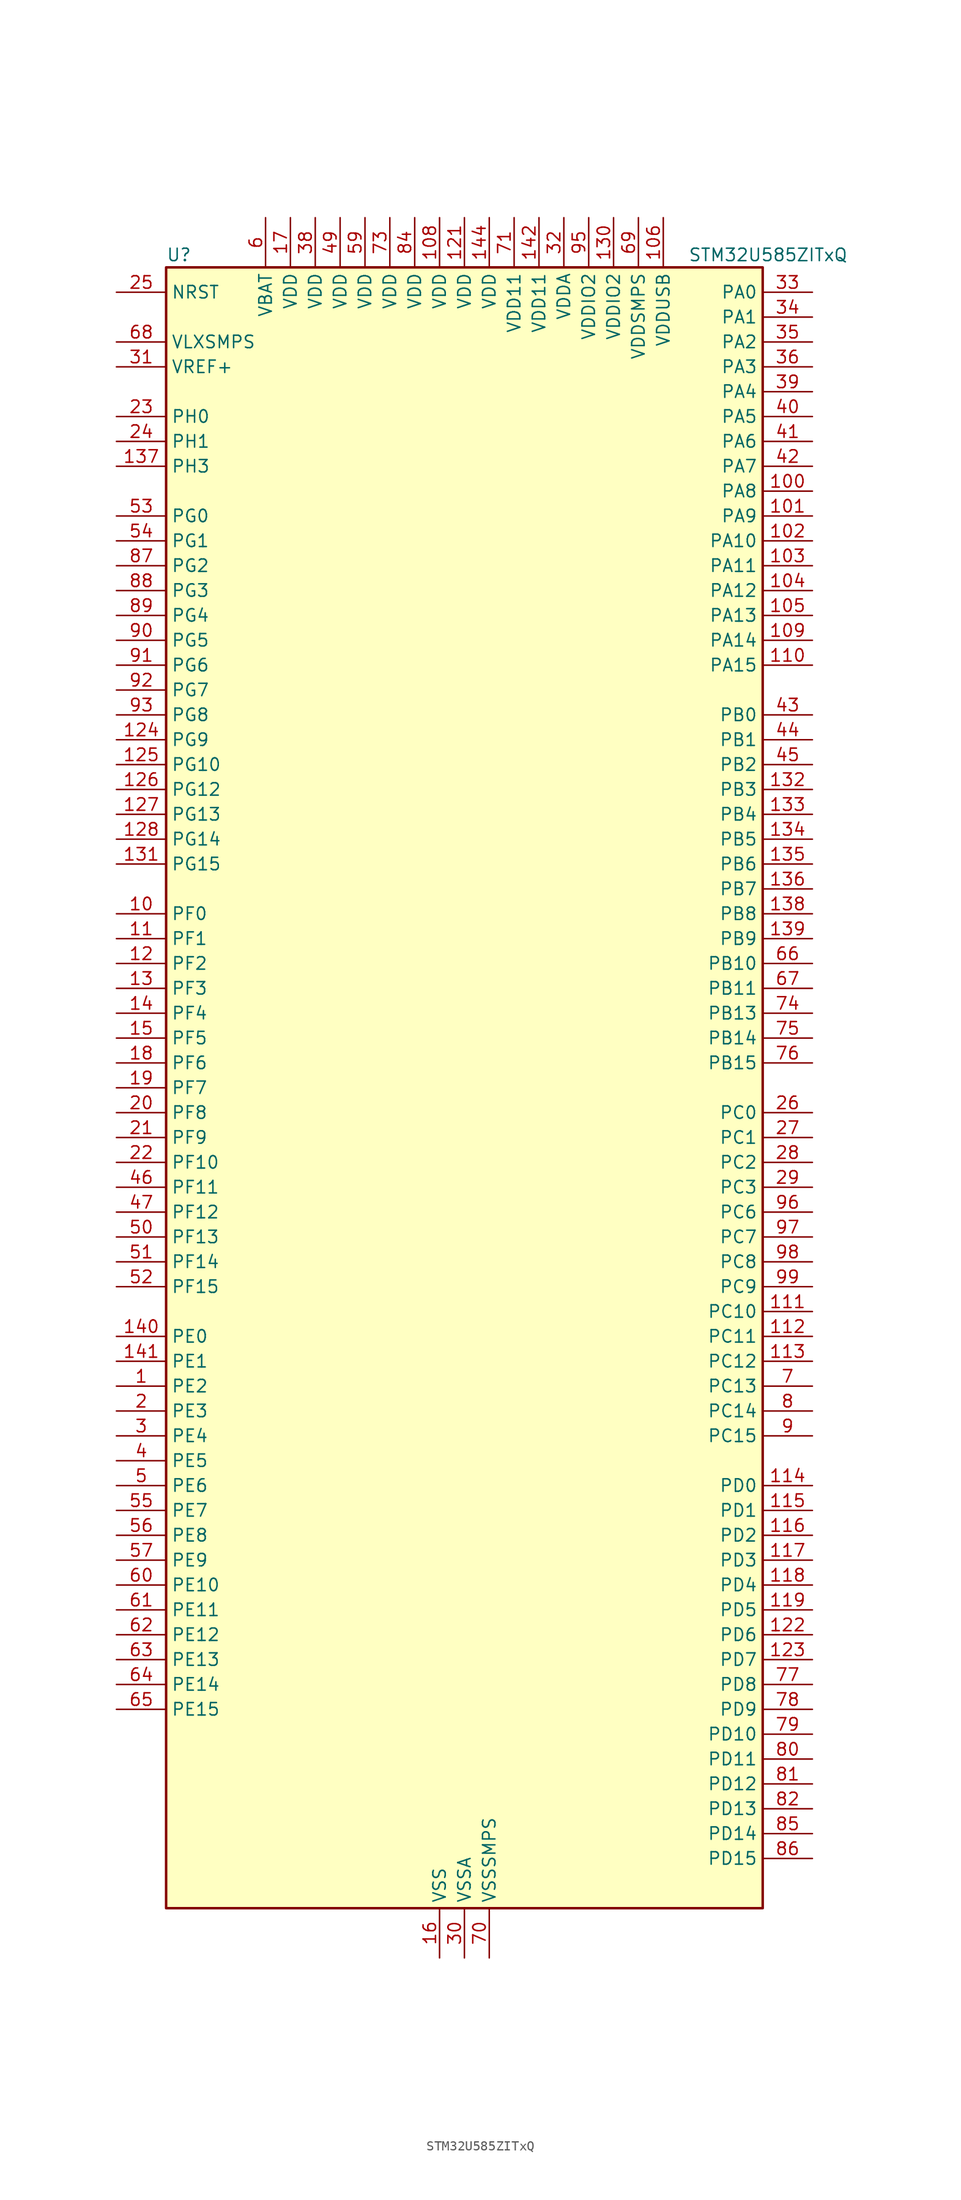
<source format=kicad_sym>
(kicad_symbol_lib
  (version 20220914)
  (generator kicad_symbol_editor)
  (symbol "STM32U585ZITxQ"
    (property "Reference" "U"
      (at -30.48 85.09 0)
      (effects (font (size 1.27 1.27)) (justify left)))
    (property "Value" "STM32U585ZITxQ"
      (at 22.86 85.09 0)
      (effects (font (size 1.27 1.27)) (justify left)))
    (property "ki_locked" ""
      (at 0 0 0)
      (effects (font (size 1.27 1.27))))
    (symbol "STM32U585ZITxQ_0_1"
      (rectangle (start -30.48 -83.82) (end 30.48 83.82) (stroke (width 0.254) (type default)) (fill (type background))))
    (symbol "STM32U585ZITxQ_1_1"
      (pin bidirectional line (at -35.56 -30.48 0) (length 5.08) (name "PE2" (effects (font (size 1.27 1.27)))) (number "1" (effects (font (size 1.27 1.27)))) (alternate "DEBUG_TRACECLK" bidirectional line) (alternate "FMC_A23" bidirectional line) (alternate "SAI1_CK1" bidirectional line) (alternate "SAI1_MCLK_A" bidirectional line) (alternate "TIM3_ETR" bidirectional line) (alternate "TSC_G7_IO1" bidirectional line))
      (pin bidirectional line (at -35.56 17.78 0) (length 5.08) (name "PF0" (effects (font (size 1.27 1.27)))) (number "10" (effects (font (size 1.27 1.27)))) (alternate "FMC_A0" bidirectional line) (alternate "I2C2_SDA" bidirectional line) (alternate "OCTOSPIM_P2_IO0" bidirectional line))
      (pin bidirectional line (at 35.56 60.96 180) (length 5.08) (name "PA8" (effects (font (size 1.27 1.27)))) (number "100" (effects (font (size 1.27 1.27)))) (alternate "DEBUG_TRACECLK" bidirectional line) (alternate "LPTIM2_CH1" bidirectional line) (alternate "RCC_MCO" bidirectional line) (alternate "SAI1_CK2" bidirectional line) (alternate "SAI1_SCK_A" bidirectional line) (alternate "SPI1_RDY" bidirectional line) (alternate "TIM1_CH1" bidirectional line) (alternate "USART1_CK" bidirectional line) (alternate "USB_OTG_FS_SOF" bidirectional line))
      (pin bidirectional line (at 35.56 58.42 180) (length 5.08) (name "PA9" (effects (font (size 1.27 1.27)))) (number "101" (effects (font (size 1.27 1.27)))) (alternate "DAC1_EXTI9" bidirectional line) (alternate "DCMI_D0" bidirectional line) (alternate "PSSI_D0" bidirectional line) (alternate "SAI1_FS_A" bidirectional line) (alternate "SPI2_SCK" bidirectional line) (alternate "TIM15_BKIN" bidirectional line) (alternate "TIM1_CH2" bidirectional line) (alternate "USART1_TX" bidirectional line) (alternate "USB_OTG_FS_VBUS" bidirectional line))
      (pin bidirectional line (at 35.56 55.88 180) (length 5.08) (name "PA10" (effects (font (size 1.27 1.27)))) (number "102" (effects (font (size 1.27 1.27)))) (alternate "CRS_SYNC" bidirectional line) (alternate "DCMI_D1" bidirectional line) (alternate "LPTIM2_IN2" bidirectional line) (alternate "PSSI_D1" bidirectional line) (alternate "SAI1_D1" bidirectional line) (alternate "SAI1_SD_A" bidirectional line) (alternate "TIM17_BKIN" bidirectional line) (alternate "TIM1_CH3" bidirectional line) (alternate "USART1_RX" bidirectional line) (alternate "USB_OTG_FS_ID" bidirectional line))
      (pin bidirectional line (at 35.56 53.34 180) (length 5.08) (name "PA11" (effects (font (size 1.27 1.27)))) (number "103" (effects (font (size 1.27 1.27)))) (alternate "ADC1_EXTI11" bidirectional line) (alternate "FDCAN1_RX" bidirectional line) (alternate "SPI1_MISO" bidirectional line) (alternate "TIM1_BKIN2" bidirectional line) (alternate "TIM1_CH4" bidirectional line) (alternate "USART1_CTS" bidirectional line) (alternate "USB_OTG_FS_DM" bidirectional line))
      (pin bidirectional line (at 35.56 50.8 180) (length 5.08) (name "PA12" (effects (font (size 1.27 1.27)))) (number "104" (effects (font (size 1.27 1.27)))) (alternate "FDCAN1_TX" bidirectional line) (alternate "OCTOSPIM_P2_NCS" bidirectional line) (alternate "SPI1_MOSI" bidirectional line) (alternate "TIM1_ETR" bidirectional line) (alternate "USART1_DE" bidirectional line) (alternate "USART1_RTS" bidirectional line) (alternate "USB_OTG_FS_DP" bidirectional line))
      (pin bidirectional line (at 35.56 48.26 180) (length 5.08) (name "PA13" (effects (font (size 1.27 1.27)))) (number "105" (effects (font (size 1.27 1.27)))) (alternate "DEBUG_JTMS-SWDIO" bidirectional line) (alternate "IR_OUT" bidirectional line) (alternate "SAI1_SD_B" bidirectional line) (alternate "USB_OTG_FS_NOE" bidirectional line))
      (pin power_in line (at 20.32 88.9 270) (length 5.08) (name "VDDUSB" (effects (font (size 1.27 1.27)))) (number "106" (effects (font (size 1.27 1.27)))))
      (pin passive line (at -2.54 -88.9 90) (length 5.08) hide (name "VSS" (effects (font (size 1.27 1.27)))) (number "107" (effects (font (size 1.27 1.27)))))
      (pin power_in line (at -2.54 88.9 270) (length 5.08) (name "VDD" (effects (font (size 1.27 1.27)))) (number "108" (effects (font (size 1.27 1.27)))))
      (pin bidirectional line (at 35.56 45.72 180) (length 5.08) (name "PA14" (effects (font (size 1.27 1.27)))) (number "109" (effects (font (size 1.27 1.27)))) (alternate "DEBUG_JTCK-SWCLK" bidirectional line) (alternate "I2C1_SMBA" bidirectional line) (alternate "I2C4_SMBA" bidirectional line) (alternate "LPTIM1_CH1" bidirectional line) (alternate "SAI1_FS_B" bidirectional line) (alternate "USB_OTG_FS_SOF" bidirectional line))
      (pin bidirectional line (at -35.56 15.24 0) (length 5.08) (name "PF1" (effects (font (size 1.27 1.27)))) (number "11" (effects (font (size 1.27 1.27)))) (alternate "FMC_A1" bidirectional line) (alternate "I2C2_SCL" bidirectional line) (alternate "OCTOSPIM_P2_IO1" bidirectional line))
      (pin bidirectional line (at 35.56 43.18 180) (length 5.08) (name "PA15" (effects (font (size 1.27 1.27)))) (number "110" (effects (font (size 1.27 1.27)))) (alternate "ADC1_EXTI15" bidirectional line) (alternate "ADC4_EXTI15" bidirectional line) (alternate "DEBUG_JTDI" bidirectional line) (alternate "SAI2_FS_B" bidirectional line) (alternate "SPI1_NSS" bidirectional line) (alternate "SPI3_NSS" bidirectional line) (alternate "TIM2_CH1" bidirectional line) (alternate "TIM2_ETR" bidirectional line) (alternate "UART4_DE" bidirectional line) (alternate "UART4_RTS" bidirectional line) (alternate "UCPD1_CC1" bidirectional line) (alternate "USART2_RX" bidirectional line) (alternate "USART3_DE" bidirectional line) (alternate "USART3_RTS" bidirectional line))
      (pin bidirectional line (at 35.56 -22.86 180) (length 5.08) (name "PC10" (effects (font (size 1.27 1.27)))) (number "111" (effects (font (size 1.27 1.27)))) (alternate "ADF1_CCK1" bidirectional line) (alternate "DCMI_D8" bidirectional line) (alternate "DEBUG_TRACED1" bidirectional line) (alternate "LPTIM3_ETR" bidirectional line) (alternate "PSSI_D8" bidirectional line) (alternate "SAI2_SCK_B" bidirectional line) (alternate "SDMMC1_D2" bidirectional line) (alternate "SPI3_SCK" bidirectional line) (alternate "TSC_G3_IO2" bidirectional line) (alternate "UART4_TX" bidirectional line) (alternate "USART3_TX" bidirectional line))
      (pin bidirectional line (at 35.56 -25.4 180) (length 5.08) (name "PC11" (effects (font (size 1.27 1.27)))) (number "112" (effects (font (size 1.27 1.27)))) (alternate "ADC1_EXTI11" bidirectional line) (alternate "ADF1_SDI0" bidirectional line) (alternate "DCMI_D2" bidirectional line) (alternate "DCMI_D4" bidirectional line) (alternate "LPTIM3_IN1" bidirectional line) (alternate "OCTOSPIM_P1_NCS" bidirectional line) (alternate "PSSI_D2" bidirectional line) (alternate "PSSI_D4" bidirectional line) (alternate "SAI2_MCLK_B" bidirectional line) (alternate "SDMMC1_D3" bidirectional line) (alternate "SPI3_MISO" bidirectional line) (alternate "TSC_G3_IO3" bidirectional line) (alternate "UART4_RX" bidirectional line) (alternate "UCPD1_FRSTX2" bidirectional line) (alternate "USART3_RX" bidirectional line))
      (pin bidirectional line (at 35.56 -27.94 180) (length 5.08) (name "PC12" (effects (font (size 1.27 1.27)))) (number "113" (effects (font (size 1.27 1.27)))) (alternate "DCMI_D9" bidirectional line) (alternate "DEBUG_TRACED3" bidirectional line) (alternate "PSSI_D9" bidirectional line) (alternate "SAI2_SD_B" bidirectional line) (alternate "SDMMC1_CK" bidirectional line) (alternate "SPI3_MOSI" bidirectional line) (alternate "TSC_G3_IO4" bidirectional line) (alternate "UART5_TX" bidirectional line) (alternate "USART3_CK" bidirectional line))
      (pin bidirectional line (at 35.56 -40.64 180) (length 5.08) (name "PD0" (effects (font (size 1.27 1.27)))) (number "114" (effects (font (size 1.27 1.27)))) (alternate "FDCAN1_RX" bidirectional line) (alternate "FMC_D2" bidirectional line) (alternate "FMC_DA2" bidirectional line) (alternate "SPI2_NSS" bidirectional line) (alternate "TIM8_CH4N" bidirectional line))
      (pin bidirectional line (at 35.56 -43.18 180) (length 5.08) (name "PD1" (effects (font (size 1.27 1.27)))) (number "115" (effects (font (size 1.27 1.27)))) (alternate "FDCAN1_TX" bidirectional line) (alternate "FMC_D3" bidirectional line) (alternate "FMC_DA3" bidirectional line) (alternate "SPI2_SCK" bidirectional line))
      (pin bidirectional line (at 35.56 -45.72 180) (length 5.08) (name "PD2" (effects (font (size 1.27 1.27)))) (number "116" (effects (font (size 1.27 1.27)))) (alternate "DCMI_D11" bidirectional line) (alternate "DEBUG_TRACED2" bidirectional line) (alternate "LPTIM4_ETR" bidirectional line) (alternate "PSSI_D11" bidirectional line) (alternate "SDMMC1_CMD" bidirectional line) (alternate "TIM3_ETR" bidirectional line) (alternate "TSC_SYNC" bidirectional line) (alternate "UART5_RX" bidirectional line) (alternate "USART3_DE" bidirectional line) (alternate "USART3_RTS" bidirectional line))
      (pin bidirectional line (at 35.56 -48.26 180) (length 5.08) (name "PD3" (effects (font (size 1.27 1.27)))) (number "117" (effects (font (size 1.27 1.27)))) (alternate "DCMI_D5" bidirectional line) (alternate "FMC_CLK" bidirectional line) (alternate "MDF1_SDI0" bidirectional line) (alternate "OCTOSPIM_P2_NCS" bidirectional line) (alternate "PSSI_D5" bidirectional line) (alternate "SPI2_MISO" bidirectional line) (alternate "SPI2_SCK" bidirectional line) (alternate "USART2_CTS" bidirectional line))
      (pin bidirectional line (at 35.56 -50.8 180) (length 5.08) (name "PD4" (effects (font (size 1.27 1.27)))) (number "118" (effects (font (size 1.27 1.27)))) (alternate "FMC_NOE" bidirectional line) (alternate "MDF1_CKI0" bidirectional line) (alternate "OCTOSPIM_P1_IO4" bidirectional line) (alternate "SPI2_MOSI" bidirectional line) (alternate "USART2_DE" bidirectional line) (alternate "USART2_RTS" bidirectional line))
      (pin bidirectional line (at 35.56 -53.34 180) (length 5.08) (name "PD5" (effects (font (size 1.27 1.27)))) (number "119" (effects (font (size 1.27 1.27)))) (alternate "FMC_NWE" bidirectional line) (alternate "OCTOSPIM_P1_IO5" bidirectional line) (alternate "SPI2_RDY" bidirectional line) (alternate "USART2_TX" bidirectional line))
      (pin bidirectional line (at -35.56 12.7 0) (length 5.08) (name "PF2" (effects (font (size 1.27 1.27)))) (number "12" (effects (font (size 1.27 1.27)))) (alternate "FMC_A2" bidirectional line) (alternate "I2C2_SMBA" bidirectional line) (alternate "LPTIM3_CH2" bidirectional line) (alternate "OCTOSPIM_P2_IO2" bidirectional line) (alternate "PWR_WKUP8" bidirectional line))
      (pin passive line (at -2.54 -88.9 90) (length 5.08) hide (name "VSS" (effects (font (size 1.27 1.27)))) (number "120" (effects (font (size 1.27 1.27)))))
      (pin power_in line (at 0 88.9 270) (length 5.08) (name "VDD" (effects (font (size 1.27 1.27)))) (number "121" (effects (font (size 1.27 1.27)))))
      (pin bidirectional line (at 35.56 -55.88 180) (length 5.08) (name "PD6" (effects (font (size 1.27 1.27)))) (number "122" (effects (font (size 1.27 1.27)))) (alternate "DCMI_D10" bidirectional line) (alternate "FMC_NWAIT" bidirectional line) (alternate "MDF1_SDI1" bidirectional line) (alternate "OCTOSPIM_P1_IO6" bidirectional line) (alternate "PSSI_D10" bidirectional line) (alternate "SAI1_D1" bidirectional line) (alternate "SAI1_SD_A" bidirectional line) (alternate "SDMMC2_CK" bidirectional line) (alternate "SPI3_MOSI" bidirectional line) (alternate "USART2_RX" bidirectional line))
      (pin bidirectional line (at 35.56 -58.42 180) (length 5.08) (name "PD7" (effects (font (size 1.27 1.27)))) (number "123" (effects (font (size 1.27 1.27)))) (alternate "FMC_NCE" bidirectional line) (alternate "FMC_NE1" bidirectional line) (alternate "LPTIM4_OUT" bidirectional line) (alternate "MDF1_CKI1" bidirectional line) (alternate "OCTOSPIM_P1_IO7" bidirectional line) (alternate "SDMMC2_CMD" bidirectional line) (alternate "USART2_CK" bidirectional line))
      (pin bidirectional line (at -35.56 35.56 0) (length 5.08) (name "PG9" (effects (font (size 1.27 1.27)))) (number "124" (effects (font (size 1.27 1.27)))) (alternate "DAC1_EXTI9" bidirectional line) (alternate "FMC_NCE" bidirectional line) (alternate "FMC_NE2" bidirectional line) (alternate "OCTOSPIM_P2_IO6" bidirectional line) (alternate "SAI2_SCK_A" bidirectional line) (alternate "SPI3_SCK" bidirectional line) (alternate "TIM15_CH1N" bidirectional line) (alternate "USART1_TX" bidirectional line))
      (pin bidirectional line (at -35.56 33.02 0) (length 5.08) (name "PG10" (effects (font (size 1.27 1.27)))) (number "125" (effects (font (size 1.27 1.27)))) (alternate "FMC_NE3" bidirectional line) (alternate "LPTIM1_IN1" bidirectional line) (alternate "OCTOSPIM_P2_IO7" bidirectional line) (alternate "SAI2_FS_A" bidirectional line) (alternate "SPI3_MISO" bidirectional line) (alternate "TIM15_CH1" bidirectional line) (alternate "USART1_RX" bidirectional line))
      (pin bidirectional line (at -35.56 30.48 0) (length 5.08) (name "PG12" (effects (font (size 1.27 1.27)))) (number "126" (effects (font (size 1.27 1.27)))) (alternate "FMC_NE4" bidirectional line) (alternate "LPTIM1_ETR" bidirectional line) (alternate "OCTOSPIM_P2_NCS" bidirectional line) (alternate "SAI2_SD_A" bidirectional line) (alternate "SPI3_NSS" bidirectional line) (alternate "USART1_DE" bidirectional line) (alternate "USART1_RTS" bidirectional line))
      (pin bidirectional line (at -35.56 27.94 0) (length 5.08) (name "PG13" (effects (font (size 1.27 1.27)))) (number "127" (effects (font (size 1.27 1.27)))) (alternate "FMC_A24" bidirectional line) (alternate "I2C1_SDA" bidirectional line) (alternate "SPI3_RDY" bidirectional line) (alternate "USART1_CK" bidirectional line))
      (pin bidirectional line (at -35.56 25.4 0) (length 5.08) (name "PG14" (effects (font (size 1.27 1.27)))) (number "128" (effects (font (size 1.27 1.27)))) (alternate "FMC_A25" bidirectional line) (alternate "I2C1_SCL" bidirectional line) (alternate "LPTIM1_CH2" bidirectional line))
      (pin passive line (at -2.54 -88.9 90) (length 5.08) hide (name "VSS" (effects (font (size 1.27 1.27)))) (number "129" (effects (font (size 1.27 1.27)))))
      (pin bidirectional line (at -35.56 10.16 0) (length 5.08) (name "PF3" (effects (font (size 1.27 1.27)))) (number "13" (effects (font (size 1.27 1.27)))) (alternate "FMC_A3" bidirectional line) (alternate "LPTIM3_IN1" bidirectional line) (alternate "OCTOSPIM_P2_IO3" bidirectional line))
      (pin power_in line (at 15.24 88.9 270) (length 5.08) (name "VDDIO2" (effects (font (size 1.27 1.27)))) (number "130" (effects (font (size 1.27 1.27)))))
      (pin bidirectional line (at -35.56 22.86 0) (length 5.08) (name "PG15" (effects (font (size 1.27 1.27)))) (number "131" (effects (font (size 1.27 1.27)))) (alternate "ADC1_EXTI15" bidirectional line) (alternate "ADC4_EXTI15" bidirectional line) (alternate "DCMI_D13" bidirectional line) (alternate "I2C1_SMBA" bidirectional line) (alternate "LPTIM1_CH1" bidirectional line) (alternate "OCTOSPIM_P2_DQS" bidirectional line) (alternate "PSSI_D13" bidirectional line))
      (pin bidirectional line (at 35.56 30.48 180) (length 5.08) (name "PB3" (effects (font (size 1.27 1.27)))) (number "132" (effects (font (size 1.27 1.27)))) (alternate "ADF1_CCK0" bidirectional line) (alternate "COMP2_INM" bidirectional line) (alternate "CRS_SYNC" bidirectional line) (alternate "DEBUG_JTDO-SWO" bidirectional line) (alternate "I2C1_SDA" bidirectional line) (alternate "LPTIM1_CH1" bidirectional line) (alternate "SAI1_SCK_B" bidirectional line) (alternate "SDMMC2_D2" bidirectional line) (alternate "SPI1_SCK" bidirectional line) (alternate "SPI3_SCK" bidirectional line) (alternate "TIM2_CH2" bidirectional line) (alternate "USART1_DE" bidirectional line) (alternate "USART1_RTS" bidirectional line))
      (pin bidirectional line (at 35.56 27.94 180) (length 5.08) (name "PB4" (effects (font (size 1.27 1.27)))) (number "133" (effects (font (size 1.27 1.27)))) (alternate "ADF1_SDI0" bidirectional line) (alternate "COMP2_INP" bidirectional line) (alternate "DCMI_D12" bidirectional line) (alternate "DEBUG_JTRST" bidirectional line) (alternate "I2C3_SDA" bidirectional line) (alternate "LPTIM1_CH2" bidirectional line) (alternate "PSSI_D12" bidirectional line) (alternate "SAI1_MCLK_B" bidirectional line) (alternate "SDMMC2_D3" bidirectional line) (alternate "SPI1_MISO" bidirectional line) (alternate "SPI3_MISO" bidirectional line) (alternate "TIM17_BKIN" bidirectional line) (alternate "TIM3_CH1" bidirectional line) (alternate "TSC_G2_IO1" bidirectional line) (alternate "UART5_DE" bidirectional line) (alternate "UART5_RTS" bidirectional line) (alternate "USART1_CTS" bidirectional line))
      (pin bidirectional line (at 35.56 25.4 180) (length 5.08) (name "PB5" (effects (font (size 1.27 1.27)))) (number "134" (effects (font (size 1.27 1.27)))) (alternate "COMP2_OUT" bidirectional line) (alternate "DCMI_D10" bidirectional line) (alternate "I2C1_SMBA" bidirectional line) (alternate "LPTIM1_IN1" bidirectional line) (alternate "OCTOSPIM_P1_NCLK" bidirectional line) (alternate "PSSI_D10" bidirectional line) (alternate "PWR_WKUP6" bidirectional line) (alternate "SAI1_SD_B" bidirectional line) (alternate "SPI1_MOSI" bidirectional line) (alternate "SPI3_MOSI" bidirectional line) (alternate "TIM16_BKIN" bidirectional line) (alternate "TIM3_CH2" bidirectional line) (alternate "TSC_G2_IO2" bidirectional line) (alternate "UART5_CTS" bidirectional line) (alternate "UCPD1_DBCC1" bidirectional line) (alternate "USART1_CK" bidirectional line))
      (pin bidirectional line (at 35.56 22.86 180) (length 5.08) (name "PB6" (effects (font (size 1.27 1.27)))) (number "135" (effects (font (size 1.27 1.27)))) (alternate "COMP2_INP" bidirectional line) (alternate "DCMI_D5" bidirectional line) (alternate "I2C1_SCL" bidirectional line) (alternate "I2C4_SCL" bidirectional line) (alternate "LPTIM1_ETR" bidirectional line) (alternate "MDF1_SDI5" bidirectional line) (alternate "PSSI_D5" bidirectional line) (alternate "PWR_WKUP3" bidirectional line) (alternate "SAI1_FS_B" bidirectional line) (alternate "TIM16_CH1N" bidirectional line) (alternate "TIM4_CH1" bidirectional line) (alternate "TIM8_BKIN2" bidirectional line) (alternate "TSC_G2_IO3" bidirectional line) (alternate "USART1_TX" bidirectional line))
      (pin bidirectional line (at 35.56 20.32 180) (length 5.08) (name "PB7" (effects (font (size 1.27 1.27)))) (number "136" (effects (font (size 1.27 1.27)))) (alternate "COMP2_INM" bidirectional line) (alternate "DCMI_VSYNC" bidirectional line) (alternate "FMC_NL" bidirectional line) (alternate "I2C1_SDA" bidirectional line) (alternate "I2C4_SDA" bidirectional line) (alternate "LPTIM1_IN2" bidirectional line) (alternate "MDF1_CKI5" bidirectional line) (alternate "PSSI_RDY" bidirectional line) (alternate "PWR_PVD_IN" bidirectional line) (alternate "PWR_WKUP4" bidirectional line) (alternate "TIM17_CH1N" bidirectional line) (alternate "TIM4_CH2" bidirectional line) (alternate "TIM8_BKIN" bidirectional line) (alternate "TSC_G2_IO4" bidirectional line) (alternate "UART4_CTS" bidirectional line) (alternate "USART1_RX" bidirectional line))
      (pin bidirectional line (at -35.56 63.5 0) (length 5.08) (name "PH3" (effects (font (size 1.27 1.27)))) (number "137" (effects (font (size 1.27 1.27)))))
      (pin bidirectional line (at 35.56 17.78 180) (length 5.08) (name "PB8" (effects (font (size 1.27 1.27)))) (number "138" (effects (font (size 1.27 1.27)))) (alternate "DCMI_D6" bidirectional line) (alternate "FDCAN1_RX" bidirectional line) (alternate "I2C1_SCL" bidirectional line) (alternate "MDF1_CCK0" bidirectional line) (alternate "PSSI_D6" bidirectional line) (alternate "PWR_WKUP5" bidirectional line) (alternate "SAI1_CK1" bidirectional line) (alternate "SAI1_MCLK_A" bidirectional line) (alternate "SDMMC1_CKIN" bidirectional line) (alternate "SDMMC1_D4" bidirectional line) (alternate "SDMMC2_D4" bidirectional line) (alternate "SPI3_RDY" bidirectional line) (alternate "TIM16_CH1" bidirectional line) (alternate "TIM4_CH3" bidirectional line))
      (pin bidirectional line (at 35.56 15.24 180) (length 5.08) (name "PB9" (effects (font (size 1.27 1.27)))) (number "139" (effects (font (size 1.27 1.27)))) (alternate "DAC1_EXTI9" bidirectional line) (alternate "DCMI_D7" bidirectional line) (alternate "FDCAN1_TX" bidirectional line) (alternate "I2C1_SDA" bidirectional line) (alternate "IR_OUT" bidirectional line) (alternate "PSSI_D7" bidirectional line) (alternate "SAI1_D2" bidirectional line) (alternate "SAI1_FS_A" bidirectional line) (alternate "SDMMC1_CDIR" bidirectional line) (alternate "SDMMC1_D5" bidirectional line) (alternate "SDMMC2_D5" bidirectional line) (alternate "SPI2_NSS" bidirectional line) (alternate "TIM17_CH1" bidirectional line) (alternate "TIM4_CH4" bidirectional line))
      (pin bidirectional line (at -35.56 7.62 0) (length 5.08) (name "PF4" (effects (font (size 1.27 1.27)))) (number "14" (effects (font (size 1.27 1.27)))) (alternate "FMC_A4" bidirectional line) (alternate "LPTIM3_ETR" bidirectional line) (alternate "OCTOSPIM_P2_CLK" bidirectional line))
      (pin bidirectional line (at -35.56 -25.4 0) (length 5.08) (name "PE0" (effects (font (size 1.27 1.27)))) (number "140" (effects (font (size 1.27 1.27)))) (alternate "DCMI_D2" bidirectional line) (alternate "FMC_NBL0" bidirectional line) (alternate "PSSI_D2" bidirectional line) (alternate "TIM16_CH1" bidirectional line) (alternate "TIM4_ETR" bidirectional line))
      (pin bidirectional line (at -35.56 -27.94 0) (length 5.08) (name "PE1" (effects (font (size 1.27 1.27)))) (number "141" (effects (font (size 1.27 1.27)))) (alternate "DCMI_D3" bidirectional line) (alternate "FMC_NBL1" bidirectional line) (alternate "PSSI_D3" bidirectional line) (alternate "TIM17_CH1" bidirectional line))
      (pin power_in line (at 7.62 88.9 270) (length 5.08) (name "VDD11" (effects (font (size 1.27 1.27)))) (number "142" (effects (font (size 1.27 1.27)))))
      (pin passive line (at -2.54 -88.9 90) (length 5.08) hide (name "VSS" (effects (font (size 1.27 1.27)))) (number "143" (effects (font (size 1.27 1.27)))))
      (pin power_in line (at 2.54 88.9 270) (length 5.08) (name "VDD" (effects (font (size 1.27 1.27)))) (number "144" (effects (font (size 1.27 1.27)))))
      (pin bidirectional line (at -35.56 5.08 0) (length 5.08) (name "PF5" (effects (font (size 1.27 1.27)))) (number "15" (effects (font (size 1.27 1.27)))) (alternate "FMC_A5" bidirectional line) (alternate "LPTIM3_CH1" bidirectional line) (alternate "OCTOSPIM_P2_NCLK" bidirectional line))
      (pin power_in line (at -2.54 -88.9 90) (length 5.08) (name "VSS" (effects (font (size 1.27 1.27)))) (number "16" (effects (font (size 1.27 1.27)))))
      (pin power_in line (at -17.78 88.9 270) (length 5.08) (name "VDD" (effects (font (size 1.27 1.27)))) (number "17" (effects (font (size 1.27 1.27)))))
      (pin bidirectional line (at -35.56 2.54 0) (length 5.08) (name "PF6" (effects (font (size 1.27 1.27)))) (number "18" (effects (font (size 1.27 1.27)))) (alternate "DCMI_D12" bidirectional line) (alternate "OCTOSPIM_P1_IO3" bidirectional line) (alternate "OCTOSPIM_P2_NCS" bidirectional line) (alternate "PSSI_D12" bidirectional line) (alternate "SAI1_SD_B" bidirectional line) (alternate "TIM5_CH1" bidirectional line) (alternate "TIM5_ETR" bidirectional line))
      (pin bidirectional line (at -35.56 0 0) (length 5.08) (name "PF7" (effects (font (size 1.27 1.27)))) (number "19" (effects (font (size 1.27 1.27)))) (alternate "FDCAN1_RX" bidirectional line) (alternate "OCTOSPIM_P1_IO2" bidirectional line) (alternate "SAI1_MCLK_B" bidirectional line) (alternate "TIM5_CH2" bidirectional line))
      (pin bidirectional line (at -35.56 -33.02 0) (length 5.08) (name "PE3" (effects (font (size 1.27 1.27)))) (number "2" (effects (font (size 1.27 1.27)))) (alternate "DEBUG_TRACED0" bidirectional line) (alternate "FMC_A19" bidirectional line) (alternate "OCTOSPIM_P1_DQS" bidirectional line) (alternate "SAI1_SD_B" bidirectional line) (alternate "TAMP_IN6" bidirectional line) (alternate "TAMP_OUT3" bidirectional line) (alternate "TIM3_CH1" bidirectional line) (alternate "TSC_G7_IO2" bidirectional line))
      (pin bidirectional line (at -35.56 -2.54 0) (length 5.08) (name "PF8" (effects (font (size 1.27 1.27)))) (number "20" (effects (font (size 1.27 1.27)))) (alternate "FDCAN1_TX" bidirectional line) (alternate "OCTOSPIM_P1_IO0" bidirectional line) (alternate "PSSI_D14" bidirectional line) (alternate "SAI1_SCK_B" bidirectional line) (alternate "TIM5_CH3" bidirectional line))
      (pin bidirectional line (at -35.56 -5.08 0) (length 5.08) (name "PF9" (effects (font (size 1.27 1.27)))) (number "21" (effects (font (size 1.27 1.27)))) (alternate "DAC1_EXTI9" bidirectional line) (alternate "OCTOSPIM_P1_IO1" bidirectional line) (alternate "PSSI_D15" bidirectional line) (alternate "SAI1_FS_B" bidirectional line) (alternate "TIM15_CH1" bidirectional line) (alternate "TIM5_CH4" bidirectional line))
      (pin bidirectional line (at -35.56 -7.62 0) (length 5.08) (name "PF10" (effects (font (size 1.27 1.27)))) (number "22" (effects (font (size 1.27 1.27)))) (alternate "DCMI_D11" bidirectional line) (alternate "MDF1_CCK1" bidirectional line) (alternate "OCTOSPIM_P1_CLK" bidirectional line) (alternate "PSSI_D11" bidirectional line) (alternate "PSSI_D15" bidirectional line) (alternate "SAI1_D3" bidirectional line) (alternate "TIM15_CH2" bidirectional line))
      (pin bidirectional line (at -35.56 68.58 0) (length 5.08) (name "PH0" (effects (font (size 1.27 1.27)))) (number "23" (effects (font (size 1.27 1.27)))) (alternate "RCC_OSC_IN" bidirectional line))
      (pin bidirectional line (at -35.56 66.04 0) (length 5.08) (name "PH1" (effects (font (size 1.27 1.27)))) (number "24" (effects (font (size 1.27 1.27)))) (alternate "RCC_OSC_OUT" bidirectional line))
      (pin input line (at -35.56 81.28 0) (length 5.08) (name "NRST" (effects (font (size 1.27 1.27)))) (number "25" (effects (font (size 1.27 1.27)))))
      (pin bidirectional line (at 35.56 -2.54 180) (length 5.08) (name "PC0" (effects (font (size 1.27 1.27)))) (number "26" (effects (font (size 1.27 1.27)))) (alternate "ADC1_IN1" bidirectional line) (alternate "ADC4_IN1" bidirectional line) (alternate "I2C3_SCL" bidirectional line) (alternate "LPTIM1_IN1" bidirectional line) (alternate "LPTIM2_IN1" bidirectional line) (alternate "LPUART1_RX" bidirectional line) (alternate "MDF1_SDI4" bidirectional line) (alternate "OCTOSPIM_P1_IO7" bidirectional line) (alternate "SAI2_FS_A" bidirectional line) (alternate "SDMMC1_D5" bidirectional line) (alternate "SPI2_RDY" bidirectional line))
      (pin bidirectional line (at 35.56 -5.08 180) (length 5.08) (name "PC1" (effects (font (size 1.27 1.27)))) (number "27" (effects (font (size 1.27 1.27)))) (alternate "ADC1_IN2" bidirectional line) (alternate "ADC4_IN2" bidirectional line) (alternate "DEBUG_TRACED0" bidirectional line) (alternate "I2C3_SDA" bidirectional line) (alternate "LPTIM1_CH1" bidirectional line) (alternate "LPUART1_TX" bidirectional line) (alternate "MDF1_CKI4" bidirectional line) (alternate "OCTOSPIM_P1_IO4" bidirectional line) (alternate "SAI1_SD_A" bidirectional line) (alternate "SDMMC2_CK" bidirectional line) (alternate "SPI2_MOSI" bidirectional line))
      (pin bidirectional line (at 35.56 -7.62 180) (length 5.08) (name "PC2" (effects (font (size 1.27 1.27)))) (number "28" (effects (font (size 1.27 1.27)))) (alternate "ADC1_IN3" bidirectional line) (alternate "ADC4_IN3" bidirectional line) (alternate "LPTIM1_IN2" bidirectional line) (alternate "MDF1_CCK1" bidirectional line) (alternate "OCTOSPIM_P1_IO5" bidirectional line) (alternate "SPI2_MISO" bidirectional line))
      (pin bidirectional line (at 35.56 -10.16 180) (length 5.08) (name "PC3" (effects (font (size 1.27 1.27)))) (number "29" (effects (font (size 1.27 1.27)))) (alternate "ADC1_IN4" bidirectional line) (alternate "ADC4_IN4" bidirectional line) (alternate "LPTIM1_ETR" bidirectional line) (alternate "LPTIM2_ETR" bidirectional line) (alternate "LPTIM3_CH1" bidirectional line) (alternate "OCTOSPIM_P1_IO6" bidirectional line) (alternate "SAI1_D1" bidirectional line) (alternate "SAI1_SD_A" bidirectional line) (alternate "SPI2_MOSI" bidirectional line))
      (pin bidirectional line (at -35.56 -35.56 0) (length 5.08) (name "PE4" (effects (font (size 1.27 1.27)))) (number "3" (effects (font (size 1.27 1.27)))) (alternate "DCMI_D4" bidirectional line) (alternate "DEBUG_TRACED1" bidirectional line) (alternate "FMC_A20" bidirectional line) (alternate "MDF1_SDI3" bidirectional line) (alternate "PSSI_D4" bidirectional line) (alternate "PWR_WKUP1" bidirectional line) (alternate "SAI1_D2" bidirectional line) (alternate "SAI1_FS_A" bidirectional line) (alternate "TAMP_IN7" bidirectional line) (alternate "TAMP_OUT8" bidirectional line) (alternate "TIM3_CH2" bidirectional line) (alternate "TSC_G7_IO3" bidirectional line))
      (pin power_in line (at 0 -88.9 90) (length 5.08) (name "VSSA" (effects (font (size 1.27 1.27)))) (number "30" (effects (font (size 1.27 1.27)))))
      (pin input line (at -35.56 73.66 0) (length 5.08) (name "VREF+" (effects (font (size 1.27 1.27)))) (number "31" (effects (font (size 1.27 1.27)))) (alternate "VREFBUF_OUT" bidirectional line))
      (pin power_in line (at 10.16 88.9 270) (length 5.08) (name "VDDA" (effects (font (size 1.27 1.27)))) (number "32" (effects (font (size 1.27 1.27)))))
      (pin bidirectional line (at 35.56 81.28 180) (length 5.08) (name "PA0" (effects (font (size 1.27 1.27)))) (number "33" (effects (font (size 1.27 1.27)))) (alternate "ADC1_IN5" bidirectional line) (alternate "AUDIOCLK" bidirectional line) (alternate "OCTOSPIM_P2_NCS" bidirectional line) (alternate "OPAMP1_VINP" bidirectional line) (alternate "PWR_WKUP1" bidirectional line) (alternate "SDMMC2_CMD" bidirectional line) (alternate "SPI3_RDY" bidirectional line) (alternate "TAMP_IN2" bidirectional line) (alternate "TAMP_OUT1" bidirectional line) (alternate "TIM2_CH1" bidirectional line) (alternate "TIM2_ETR" bidirectional line) (alternate "TIM5_CH1" bidirectional line) (alternate "TIM8_ETR" bidirectional line) (alternate "UART4_TX" bidirectional line) (alternate "USART2_CTS" bidirectional line))
      (pin bidirectional line (at 35.56 78.74 180) (length 5.08) (name "PA1" (effects (font (size 1.27 1.27)))) (number "34" (effects (font (size 1.27 1.27)))) (alternate "ADC1_IN6" bidirectional line) (alternate "I2C1_SMBA" bidirectional line) (alternate "LPTIM1_CH2" bidirectional line) (alternate "OCTOSPIM_P1_DQS" bidirectional line) (alternate "OPAMP1_VINM" bidirectional line) (alternate "PWR_WKUP3" bidirectional line) (alternate "SPI1_SCK" bidirectional line) (alternate "TAMP_IN5" bidirectional line) (alternate "TAMP_OUT4" bidirectional line) (alternate "TIM15_CH1N" bidirectional line) (alternate "TIM2_CH2" bidirectional line) (alternate "TIM5_CH2" bidirectional line) (alternate "UART4_RX" bidirectional line) (alternate "USART2_DE" bidirectional line) (alternate "USART2_RTS" bidirectional line))
      (pin bidirectional line (at 35.56 76.2 180) (length 5.08) (name "PA2" (effects (font (size 1.27 1.27)))) (number "35" (effects (font (size 1.27 1.27)))) (alternate "ADC1_IN7" bidirectional line) (alternate "COMP1_INP" bidirectional line) (alternate "LPUART1_TX" bidirectional line) (alternate "OCTOSPIM_P1_NCS" bidirectional line) (alternate "PWR_WKUP4" bidirectional line) (alternate "RCC_LSCO" bidirectional line) (alternate "SPI1_RDY" bidirectional line) (alternate "TIM15_CH1" bidirectional line) (alternate "TIM2_CH3" bidirectional line) (alternate "TIM5_CH3" bidirectional line) (alternate "UCPD1_FRSTX1" bidirectional line) (alternate "USART2_TX" bidirectional line))
      (pin bidirectional line (at 35.56 73.66 180) (length 5.08) (name "PA3" (effects (font (size 1.27 1.27)))) (number "36" (effects (font (size 1.27 1.27)))) (alternate "ADC1_IN8" bidirectional line) (alternate "LPUART1_RX" bidirectional line) (alternate "OCTOSPIM_P1_CLK" bidirectional line) (alternate "OPAMP1_VOUT" bidirectional line) (alternate "PWR_WKUP5" bidirectional line) (alternate "SAI1_CK1" bidirectional line) (alternate "SAI1_MCLK_A" bidirectional line) (alternate "TIM15_CH2" bidirectional line) (alternate "TIM2_CH4" bidirectional line) (alternate "TIM5_CH4" bidirectional line) (alternate "USART2_RX" bidirectional line))
      (pin passive line (at -2.54 -88.9 90) (length 5.08) hide (name "VSS" (effects (font (size 1.27 1.27)))) (number "37" (effects (font (size 1.27 1.27)))))
      (pin power_in line (at -15.24 88.9 270) (length 5.08) (name "VDD" (effects (font (size 1.27 1.27)))) (number "38" (effects (font (size 1.27 1.27)))))
      (pin bidirectional line (at 35.56 71.12 180) (length 5.08) (name "PA4" (effects (font (size 1.27 1.27)))) (number "39" (effects (font (size 1.27 1.27)))) (alternate "ADC1_IN9" bidirectional line) (alternate "ADC4_IN9" bidirectional line) (alternate "DAC1_OUT1" bidirectional line) (alternate "DCMI_HSYNC" bidirectional line) (alternate "LPTIM2_CH1" bidirectional line) (alternate "OCTOSPIM_P1_NCS" bidirectional line) (alternate "PSSI_DE" bidirectional line) (alternate "PWR_WKUP2" bidirectional line) (alternate "SAI1_FS_B" bidirectional line) (alternate "SPI1_NSS" bidirectional line) (alternate "SPI3_NSS" bidirectional line) (alternate "USART2_CK" bidirectional line))
      (pin bidirectional line (at -35.56 -38.1 0) (length 5.08) (name "PE5" (effects (font (size 1.27 1.27)))) (number "4" (effects (font (size 1.27 1.27)))) (alternate "DCMI_D6" bidirectional line) (alternate "DEBUG_TRACED2" bidirectional line) (alternate "FMC_A21" bidirectional line) (alternate "MDF1_CKI3" bidirectional line) (alternate "PSSI_D6" bidirectional line) (alternate "PWR_WKUP2" bidirectional line) (alternate "SAI1_CK2" bidirectional line) (alternate "SAI1_SCK_A" bidirectional line) (alternate "TAMP_IN8" bidirectional line) (alternate "TAMP_OUT7" bidirectional line) (alternate "TIM3_CH3" bidirectional line) (alternate "TSC_G7_IO4" bidirectional line))
      (pin bidirectional line (at 35.56 68.58 180) (length 5.08) (name "PA5" (effects (font (size 1.27 1.27)))) (number "40" (effects (font (size 1.27 1.27)))) (alternate "ADC1_IN10" bidirectional line) (alternate "ADC4_IN10" bidirectional line) (alternate "DAC1_OUT2" bidirectional line) (alternate "LPTIM2_ETR" bidirectional line) (alternate "PSSI_D14" bidirectional line) (alternate "PWR_CSLEEP" bidirectional line) (alternate "PWR_WKUP6" bidirectional line) (alternate "SPI1_SCK" bidirectional line) (alternate "TIM2_CH1" bidirectional line) (alternate "TIM2_ETR" bidirectional line) (alternate "TIM8_CH1N" bidirectional line) (alternate "USART3_RX" bidirectional line))
      (pin bidirectional line (at 35.56 66.04 180) (length 5.08) (name "PA6" (effects (font (size 1.27 1.27)))) (number "41" (effects (font (size 1.27 1.27)))) (alternate "ADC1_IN11" bidirectional line) (alternate "ADC4_IN11" bidirectional line) (alternate "DCMI_PIXCLK" bidirectional line) (alternate "LPUART1_CTS" bidirectional line) (alternate "OCTOSPIM_P1_IO3" bidirectional line) (alternate "OPAMP2_VINP" bidirectional line) (alternate "PSSI_PDCK" bidirectional line) (alternate "PWR_CDSTOP" bidirectional line) (alternate "PWR_WKUP7" bidirectional line) (alternate "SPI1_MISO" bidirectional line) (alternate "TIM16_CH1" bidirectional line) (alternate "TIM1_BKIN" bidirectional line) (alternate "TIM3_CH1" bidirectional line) (alternate "TIM8_BKIN" bidirectional line) (alternate "USART3_CTS" bidirectional line))
      (pin bidirectional line (at 35.56 63.5 180) (length 5.08) (name "PA7" (effects (font (size 1.27 1.27)))) (number "42" (effects (font (size 1.27 1.27)))) (alternate "ADC1_IN12" bidirectional line) (alternate "ADC4_IN20" bidirectional line) (alternate "I2C3_SCL" bidirectional line) (alternate "LPTIM2_CH2" bidirectional line) (alternate "OCTOSPIM_P1_IO2" bidirectional line) (alternate "OPAMP2_VINM" bidirectional line) (alternate "PWR_SRDSTOP" bidirectional line) (alternate "PWR_WKUP8" bidirectional line) (alternate "SPI1_MOSI" bidirectional line) (alternate "TIM17_CH1" bidirectional line) (alternate "TIM1_CH1N" bidirectional line) (alternate "TIM3_CH2" bidirectional line) (alternate "TIM8_CH1N" bidirectional line) (alternate "USART3_TX" bidirectional line))
      (pin bidirectional line (at 35.56 38.1 180) (length 5.08) (name "PB0" (effects (font (size 1.27 1.27)))) (number "43" (effects (font (size 1.27 1.27)))) (alternate "ADC1_IN15" bidirectional line) (alternate "ADC4_IN18" bidirectional line) (alternate "AUDIOCLK" bidirectional line) (alternate "COMP1_OUT" bidirectional line) (alternate "LPTIM3_CH1" bidirectional line) (alternate "OCTOSPIM_P1_IO1" bidirectional line) (alternate "OPAMP2_VOUT" bidirectional line) (alternate "SPI1_NSS" bidirectional line) (alternate "TIM1_CH2N" bidirectional line) (alternate "TIM3_CH3" bidirectional line) (alternate "TIM8_CH2N" bidirectional line) (alternate "USART3_CK" bidirectional line))
      (pin bidirectional line (at 35.56 35.56 180) (length 5.08) (name "PB1" (effects (font (size 1.27 1.27)))) (number "44" (effects (font (size 1.27 1.27)))) (alternate "ADC1_IN16" bidirectional line) (alternate "ADC4_IN19" bidirectional line) (alternate "COMP1_INM" bidirectional line) (alternate "LPTIM2_IN1" bidirectional line) (alternate "LPTIM3_CH2" bidirectional line) (alternate "LPUART1_DE" bidirectional line) (alternate "LPUART1_RTS" bidirectional line) (alternate "MDF1_SDI0" bidirectional line) (alternate "OCTOSPIM_P1_IO0" bidirectional line) (alternate "PWR_WKUP4" bidirectional line) (alternate "TIM1_CH3N" bidirectional line) (alternate "TIM3_CH4" bidirectional line) (alternate "TIM8_CH3N" bidirectional line) (alternate "USART3_DE" bidirectional line) (alternate "USART3_RTS" bidirectional line))
      (pin bidirectional line (at 35.56 33.02 180) (length 5.08) (name "PB2" (effects (font (size 1.27 1.27)))) (number "45" (effects (font (size 1.27 1.27)))) (alternate "ADC1_IN17" bidirectional line) (alternate "COMP1_INP" bidirectional line) (alternate "I2C3_SMBA" bidirectional line) (alternate "LPTIM1_CH1" bidirectional line) (alternate "MDF1_CKI0" bidirectional line) (alternate "OCTOSPIM_P1_DQS" bidirectional line) (alternate "PWR_WKUP1" bidirectional line) (alternate "RTC_OUT2" bidirectional line) (alternate "SPI1_RDY" bidirectional line) (alternate "TIM8_CH4N" bidirectional line) (alternate "UCPD1_FRSTX1" bidirectional line))
      (pin bidirectional line (at -35.56 -10.16 0) (length 5.08) (name "PF11" (effects (font (size 1.27 1.27)))) (number "46" (effects (font (size 1.27 1.27)))) (alternate "ADC1_EXTI11" bidirectional line) (alternate "DCMI_D12" bidirectional line) (alternate "LPTIM4_IN1" bidirectional line) (alternate "OCTOSPIM_P1_NCLK" bidirectional line) (alternate "PSSI_D12" bidirectional line))
      (pin bidirectional line (at -35.56 -12.7 0) (length 5.08) (name "PF12" (effects (font (size 1.27 1.27)))) (number "47" (effects (font (size 1.27 1.27)))) (alternate "FMC_A6" bidirectional line) (alternate "LPTIM4_ETR" bidirectional line) (alternate "OCTOSPIM_P2_DQS" bidirectional line))
      (pin passive line (at -2.54 -88.9 90) (length 5.08) hide (name "VSS" (effects (font (size 1.27 1.27)))) (number "48" (effects (font (size 1.27 1.27)))))
      (pin power_in line (at -12.7 88.9 270) (length 5.08) (name "VDD" (effects (font (size 1.27 1.27)))) (number "49" (effects (font (size 1.27 1.27)))))
      (pin bidirectional line (at -35.56 -40.64 0) (length 5.08) (name "PE6" (effects (font (size 1.27 1.27)))) (number "5" (effects (font (size 1.27 1.27)))) (alternate "DCMI_D7" bidirectional line) (alternate "DEBUG_TRACED3" bidirectional line) (alternate "FMC_A22" bidirectional line) (alternate "PSSI_D7" bidirectional line) (alternate "PWR_WKUP3" bidirectional line) (alternate "SAI1_D1" bidirectional line) (alternate "SAI1_SD_A" bidirectional line) (alternate "TAMP_IN3" bidirectional line) (alternate "TAMP_OUT6" bidirectional line) (alternate "TIM3_CH4" bidirectional line))
      (pin bidirectional line (at -35.56 -15.24 0) (length 5.08) (name "PF13" (effects (font (size 1.27 1.27)))) (number "50" (effects (font (size 1.27 1.27)))) (alternate "FMC_A7" bidirectional line) (alternate "I2C4_SMBA" bidirectional line) (alternate "LPTIM4_OUT" bidirectional line) (alternate "UCPD1_FRSTX2" bidirectional line))
      (pin bidirectional line (at -35.56 -17.78 0) (length 5.08) (name "PF14" (effects (font (size 1.27 1.27)))) (number "51" (effects (font (size 1.27 1.27)))) (alternate "ADC4_IN5" bidirectional line) (alternate "FMC_A8" bidirectional line) (alternate "I2C4_SCL" bidirectional line) (alternate "TSC_G8_IO1" bidirectional line))
      (pin bidirectional line (at -35.56 -20.32 0) (length 5.08) (name "PF15" (effects (font (size 1.27 1.27)))) (number "52" (effects (font (size 1.27 1.27)))) (alternate "ADC1_EXTI15" bidirectional line) (alternate "ADC4_EXTI15" bidirectional line) (alternate "ADC4_IN6" bidirectional line) (alternate "FMC_A9" bidirectional line) (alternate "I2C4_SDA" bidirectional line) (alternate "TSC_G8_IO2" bidirectional line))
      (pin bidirectional line (at -35.56 58.42 0) (length 5.08) (name "PG0" (effects (font (size 1.27 1.27)))) (number "53" (effects (font (size 1.27 1.27)))) (alternate "ADC4_IN7" bidirectional line) (alternate "FMC_A10" bidirectional line) (alternate "OCTOSPIM_P2_IO4" bidirectional line) (alternate "TSC_G8_IO3" bidirectional line))
      (pin bidirectional line (at -35.56 55.88 0) (length 5.08) (name "PG1" (effects (font (size 1.27 1.27)))) (number "54" (effects (font (size 1.27 1.27)))) (alternate "ADC4_IN8" bidirectional line) (alternate "FMC_A11" bidirectional line) (alternate "OCTOSPIM_P2_IO5" bidirectional line) (alternate "TSC_G8_IO4" bidirectional line))
      (pin bidirectional line (at -35.56 -43.18 0) (length 5.08) (name "PE7" (effects (font (size 1.27 1.27)))) (number "55" (effects (font (size 1.27 1.27)))) (alternate "FMC_D4" bidirectional line) (alternate "FMC_DA4" bidirectional line) (alternate "MDF1_SDI2" bidirectional line) (alternate "PWR_WKUP6" bidirectional line) (alternate "SAI1_SD_B" bidirectional line) (alternate "TIM1_ETR" bidirectional line))
      (pin bidirectional line (at -35.56 -45.72 0) (length 5.08) (name "PE8" (effects (font (size 1.27 1.27)))) (number "56" (effects (font (size 1.27 1.27)))) (alternate "FMC_D5" bidirectional line) (alternate "FMC_DA5" bidirectional line) (alternate "MDF1_CKI2" bidirectional line) (alternate "PWR_WKUP7" bidirectional line) (alternate "SAI1_SCK_B" bidirectional line) (alternate "TIM1_CH1N" bidirectional line))
      (pin bidirectional line (at -35.56 -48.26 0) (length 5.08) (name "PE9" (effects (font (size 1.27 1.27)))) (number "57" (effects (font (size 1.27 1.27)))) (alternate "ADF1_CCK0" bidirectional line) (alternate "DAC1_EXTI9" bidirectional line) (alternate "FMC_D6" bidirectional line) (alternate "FMC_DA6" bidirectional line) (alternate "MDF1_CCK0" bidirectional line) (alternate "OCTOSPIM_P1_NCLK" bidirectional line) (alternate "SAI1_FS_B" bidirectional line) (alternate "TIM1_CH1" bidirectional line))
      (pin passive line (at -2.54 -88.9 90) (length 5.08) hide (name "VSS" (effects (font (size 1.27 1.27)))) (number "58" (effects (font (size 1.27 1.27)))))
      (pin power_in line (at -10.16 88.9 270) (length 5.08) (name "VDD" (effects (font (size 1.27 1.27)))) (number "59" (effects (font (size 1.27 1.27)))))
      (pin power_in line (at -20.32 88.9 270) (length 5.08) (name "VBAT" (effects (font (size 1.27 1.27)))) (number "6" (effects (font (size 1.27 1.27)))))
      (pin bidirectional line (at -35.56 -50.8 0) (length 5.08) (name "PE10" (effects (font (size 1.27 1.27)))) (number "60" (effects (font (size 1.27 1.27)))) (alternate "ADF1_SDI0" bidirectional line) (alternate "FMC_D7" bidirectional line) (alternate "FMC_DA7" bidirectional line) (alternate "MDF1_SDI4" bidirectional line) (alternate "OCTOSPIM_P1_CLK" bidirectional line) (alternate "SAI1_MCLK_B" bidirectional line) (alternate "TIM1_CH2N" bidirectional line) (alternate "TSC_G5_IO1" bidirectional line))
      (pin bidirectional line (at -35.56 -53.34 0) (length 5.08) (name "PE11" (effects (font (size 1.27 1.27)))) (number "61" (effects (font (size 1.27 1.27)))) (alternate "ADC1_EXTI11" bidirectional line) (alternate "FMC_D8" bidirectional line) (alternate "FMC_DA8" bidirectional line) (alternate "MDF1_CKI4" bidirectional line) (alternate "OCTOSPIM_P1_NCS" bidirectional line) (alternate "SPI1_RDY" bidirectional line) (alternate "TIM1_CH2" bidirectional line) (alternate "TSC_G5_IO2" bidirectional line))
      (pin bidirectional line (at -35.56 -55.88 0) (length 5.08) (name "PE12" (effects (font (size 1.27 1.27)))) (number "62" (effects (font (size 1.27 1.27)))) (alternate "FMC_D9" bidirectional line) (alternate "FMC_DA9" bidirectional line) (alternate "MDF1_SDI5" bidirectional line) (alternate "OCTOSPIM_P1_IO0" bidirectional line) (alternate "SPI1_NSS" bidirectional line) (alternate "TIM1_CH3N" bidirectional line) (alternate "TSC_G5_IO3" bidirectional line))
      (pin bidirectional line (at -35.56 -58.42 0) (length 5.08) (name "PE13" (effects (font (size 1.27 1.27)))) (number "63" (effects (font (size 1.27 1.27)))) (alternate "FMC_D10" bidirectional line) (alternate "FMC_DA10" bidirectional line) (alternate "MDF1_CKI5" bidirectional line) (alternate "OCTOSPIM_P1_IO1" bidirectional line) (alternate "SPI1_SCK" bidirectional line) (alternate "TIM1_CH3" bidirectional line) (alternate "TSC_G5_IO4" bidirectional line))
      (pin bidirectional line (at -35.56 -60.96 0) (length 5.08) (name "PE14" (effects (font (size 1.27 1.27)))) (number "64" (effects (font (size 1.27 1.27)))) (alternate "FMC_D11" bidirectional line) (alternate "FMC_DA11" bidirectional line) (alternate "OCTOSPIM_P1_IO2" bidirectional line) (alternate "SPI1_MISO" bidirectional line) (alternate "TIM1_BKIN2" bidirectional line) (alternate "TIM1_CH4" bidirectional line))
      (pin bidirectional line (at -35.56 -63.5 0) (length 5.08) (name "PE15" (effects (font (size 1.27 1.27)))) (number "65" (effects (font (size 1.27 1.27)))) (alternate "ADC1_EXTI15" bidirectional line) (alternate "ADC4_EXTI15" bidirectional line) (alternate "FMC_D12" bidirectional line) (alternate "FMC_DA12" bidirectional line) (alternate "OCTOSPIM_P1_IO3" bidirectional line) (alternate "SPI1_MOSI" bidirectional line) (alternate "TIM1_BKIN" bidirectional line) (alternate "TIM1_CH4N" bidirectional line))
      (pin bidirectional line (at 35.56 12.7 180) (length 5.08) (name "PB10" (effects (font (size 1.27 1.27)))) (number "66" (effects (font (size 1.27 1.27)))) (alternate "COMP1_OUT" bidirectional line) (alternate "I2C2_SCL" bidirectional line) (alternate "I2C4_SCL" bidirectional line) (alternate "LPTIM3_CH1" bidirectional line) (alternate "LPUART1_RX" bidirectional line) (alternate "OCTOSPIM_P1_CLK" bidirectional line) (alternate "PWR_WKUP8" bidirectional line) (alternate "SAI1_SCK_A" bidirectional line) (alternate "SPI2_SCK" bidirectional line) (alternate "TIM2_CH3" bidirectional line) (alternate "TSC_SYNC" bidirectional line) (alternate "USART3_TX" bidirectional line))
      (pin bidirectional line (at 35.56 10.16 180) (length 5.08) (name "PB11" (effects (font (size 1.27 1.27)))) (number "67" (effects (font (size 1.27 1.27)))) (alternate "ADC1_EXTI11" bidirectional line) (alternate "COMP2_OUT" bidirectional line) (alternate "I2C2_SDA" bidirectional line) (alternate "I2C4_SDA" bidirectional line) (alternate "LPUART1_TX" bidirectional line) (alternate "OCTOSPIM_P1_NCS" bidirectional line) (alternate "SPI2_RDY" bidirectional line) (alternate "TIM2_CH4" bidirectional line) (alternate "USART3_RX" bidirectional line))
      (pin power_in line (at -35.56 76.2 0) (length 5.08) (name "VLXSMPS" (effects (font (size 1.27 1.27)))) (number "68" (effects (font (size 1.27 1.27)))))
      (pin power_in line (at 17.78 88.9 270) (length 5.08) (name "VDDSMPS" (effects (font (size 1.27 1.27)))) (number "69" (effects (font (size 1.27 1.27)))))
      (pin bidirectional line (at 35.56 -30.48 180) (length 5.08) (name "PC13" (effects (font (size 1.27 1.27)))) (number "7" (effects (font (size 1.27 1.27)))) (alternate "PWR_WKUP2" bidirectional line) (alternate "RTC_OUT1" bidirectional line) (alternate "RTC_TS" bidirectional line) (alternate "TAMP_IN1" bidirectional line) (alternate "TAMP_OUT2" bidirectional line))
      (pin power_in line (at 2.54 -88.9 90) (length 5.08) (name "VSSSMPS" (effects (font (size 1.27 1.27)))) (number "70" (effects (font (size 1.27 1.27)))))
      (pin power_in line (at 5.08 88.9 270) (length 5.08) (name "VDD11" (effects (font (size 1.27 1.27)))) (number "71" (effects (font (size 1.27 1.27)))))
      (pin passive line (at -2.54 -88.9 90) (length 5.08) hide (name "VSS" (effects (font (size 1.27 1.27)))) (number "72" (effects (font (size 1.27 1.27)))))
      (pin power_in line (at -7.62 88.9 270) (length 5.08) (name "VDD" (effects (font (size 1.27 1.27)))) (number "73" (effects (font (size 1.27 1.27)))))
      (pin bidirectional line (at 35.56 7.62 180) (length 5.08) (name "PB13" (effects (font (size 1.27 1.27)))) (number "74" (effects (font (size 1.27 1.27)))) (alternate "I2C2_SCL" bidirectional line) (alternate "LPTIM3_IN1" bidirectional line) (alternate "LPUART1_CTS" bidirectional line) (alternate "MDF1_CKI1" bidirectional line) (alternate "SAI2_SCK_A" bidirectional line) (alternate "SPI2_SCK" bidirectional line) (alternate "TIM15_CH1N" bidirectional line) (alternate "TIM1_CH1N" bidirectional line) (alternate "TSC_G1_IO2" bidirectional line) (alternate "USART3_CTS" bidirectional line))
      (pin bidirectional line (at 35.56 5.08 180) (length 5.08) (name "PB14" (effects (font (size 1.27 1.27)))) (number "75" (effects (font (size 1.27 1.27)))) (alternate "I2C2_SDA" bidirectional line) (alternate "LPTIM3_ETR" bidirectional line) (alternate "MDF1_SDI2" bidirectional line) (alternate "SAI2_MCLK_A" bidirectional line) (alternate "SDMMC2_D0" bidirectional line) (alternate "SPI2_MISO" bidirectional line) (alternate "TIM15_CH1" bidirectional line) (alternate "TIM1_CH2N" bidirectional line) (alternate "TIM8_CH2N" bidirectional line) (alternate "TSC_G1_IO3" bidirectional line) (alternate "UCPD1_DBCC2" bidirectional line) (alternate "USART3_DE" bidirectional line) (alternate "USART3_RTS" bidirectional line))
      (pin bidirectional line (at 35.56 2.54 180) (length 5.08) (name "PB15" (effects (font (size 1.27 1.27)))) (number "76" (effects (font (size 1.27 1.27)))) (alternate "ADC1_EXTI15" bidirectional line) (alternate "ADC4_EXTI15" bidirectional line) (alternate "FMC_NBL1" bidirectional line) (alternate "LPTIM2_IN2" bidirectional line) (alternate "MDF1_CKI2" bidirectional line) (alternate "PWR_WKUP7" bidirectional line) (alternate "RTC_REFIN" bidirectional line) (alternate "SAI2_SD_A" bidirectional line) (alternate "SDMMC2_D1" bidirectional line) (alternate "SPI2_MOSI" bidirectional line) (alternate "TIM15_CH2" bidirectional line) (alternate "TIM1_CH3N" bidirectional line) (alternate "TIM8_CH3N" bidirectional line) (alternate "UCPD1_CC2" bidirectional line))
      (pin bidirectional line (at 35.56 -60.96 180) (length 5.08) (name "PD8" (effects (font (size 1.27 1.27)))) (number "77" (effects (font (size 1.27 1.27)))) (alternate "DCMI_HSYNC" bidirectional line) (alternate "FMC_D13" bidirectional line) (alternate "FMC_DA13" bidirectional line) (alternate "PSSI_DE" bidirectional line) (alternate "USART3_TX" bidirectional line))
      (pin bidirectional line (at 35.56 -63.5 180) (length 5.08) (name "PD9" (effects (font (size 1.27 1.27)))) (number "78" (effects (font (size 1.27 1.27)))) (alternate "DAC1_EXTI9" bidirectional line) (alternate "DCMI_PIXCLK" bidirectional line) (alternate "FMC_D14" bidirectional line) (alternate "FMC_DA14" bidirectional line) (alternate "LPTIM2_IN2" bidirectional line) (alternate "LPTIM3_IN1" bidirectional line) (alternate "PSSI_PDCK" bidirectional line) (alternate "SAI2_MCLK_A" bidirectional line) (alternate "USART3_RX" bidirectional line))
      (pin bidirectional line (at 35.56 -66.04 180) (length 5.08) (name "PD10" (effects (font (size 1.27 1.27)))) (number "79" (effects (font (size 1.27 1.27)))) (alternate "FMC_D15" bidirectional line) (alternate "FMC_DA15" bidirectional line) (alternate "LPTIM2_CH2" bidirectional line) (alternate "LPTIM3_ETR" bidirectional line) (alternate "SAI2_SCK_A" bidirectional line) (alternate "TSC_G6_IO1" bidirectional line) (alternate "USART3_CK" bidirectional line))
      (pin bidirectional line (at 35.56 -33.02 180) (length 5.08) (name "PC14" (effects (font (size 1.27 1.27)))) (number "8" (effects (font (size 1.27 1.27)))) (alternate "RCC_OSC32_IN" bidirectional line))
      (pin bidirectional line (at 35.56 -68.58 180) (length 5.08) (name "PD11" (effects (font (size 1.27 1.27)))) (number "80" (effects (font (size 1.27 1.27)))) (alternate "ADC1_EXTI11" bidirectional line) (alternate "ADC4_IN15" bidirectional line) (alternate "FMC_A16" bidirectional line) (alternate "FMC_CLE" bidirectional line) (alternate "I2C4_SMBA" bidirectional line) (alternate "LPTIM2_ETR" bidirectional line) (alternate "SAI2_SD_A" bidirectional line) (alternate "TSC_G6_IO2" bidirectional line) (alternate "USART3_CTS" bidirectional line))
      (pin bidirectional line (at 35.56 -71.12 180) (length 5.08) (name "PD12" (effects (font (size 1.27 1.27)))) (number "81" (effects (font (size 1.27 1.27)))) (alternate "ADC4_IN16" bidirectional line) (alternate "FMC_A17" bidirectional line) (alternate "FMC_ALE" bidirectional line) (alternate "I2C4_SCL" bidirectional line) (alternate "LPTIM2_IN1" bidirectional line) (alternate "SAI2_FS_A" bidirectional line) (alternate "TIM4_CH1" bidirectional line) (alternate "TSC_G6_IO3" bidirectional line) (alternate "USART3_DE" bidirectional line) (alternate "USART3_RTS" bidirectional line))
      (pin bidirectional line (at 35.56 -73.66 180) (length 5.08) (name "PD13" (effects (font (size 1.27 1.27)))) (number "82" (effects (font (size 1.27 1.27)))) (alternate "ADC4_IN17" bidirectional line) (alternate "FMC_A18" bidirectional line) (alternate "I2C4_SDA" bidirectional line) (alternate "LPTIM2_CH1" bidirectional line) (alternate "LPTIM4_IN1" bidirectional line) (alternate "TIM4_CH2" bidirectional line) (alternate "TSC_G6_IO4" bidirectional line))
      (pin passive line (at -2.54 -88.9 90) (length 5.08) hide (name "VSS" (effects (font (size 1.27 1.27)))) (number "83" (effects (font (size 1.27 1.27)))))
      (pin power_in line (at -5.08 88.9 270) (length 5.08) (name "VDD" (effects (font (size 1.27 1.27)))) (number "84" (effects (font (size 1.27 1.27)))))
      (pin bidirectional line (at 35.56 -76.2 180) (length 5.08) (name "PD14" (effects (font (size 1.27 1.27)))) (number "85" (effects (font (size 1.27 1.27)))) (alternate "FMC_D0" bidirectional line) (alternate "FMC_DA0" bidirectional line) (alternate "LPTIM3_CH1" bidirectional line) (alternate "TIM4_CH3" bidirectional line))
      (pin bidirectional line (at 35.56 -78.74 180) (length 5.08) (name "PD15" (effects (font (size 1.27 1.27)))) (number "86" (effects (font (size 1.27 1.27)))) (alternate "ADC1_EXTI15" bidirectional line) (alternate "ADC4_EXTI15" bidirectional line) (alternate "FMC_D1" bidirectional line) (alternate "FMC_DA1" bidirectional line) (alternate "LPTIM3_CH2" bidirectional line) (alternate "TIM4_CH4" bidirectional line))
      (pin bidirectional line (at -35.56 53.34 0) (length 5.08) (name "PG2" (effects (font (size 1.27 1.27)))) (number "87" (effects (font (size 1.27 1.27)))) (alternate "FMC_A12" bidirectional line) (alternate "SAI2_SCK_B" bidirectional line) (alternate "SPI1_SCK" bidirectional line))
      (pin bidirectional line (at -35.56 50.8 0) (length 5.08) (name "PG3" (effects (font (size 1.27 1.27)))) (number "88" (effects (font (size 1.27 1.27)))) (alternate "FMC_A13" bidirectional line) (alternate "SAI2_FS_B" bidirectional line) (alternate "SPI1_MISO" bidirectional line))
      (pin bidirectional line (at -35.56 48.26 0) (length 5.08) (name "PG4" (effects (font (size 1.27 1.27)))) (number "89" (effects (font (size 1.27 1.27)))) (alternate "FMC_A14" bidirectional line) (alternate "SAI2_MCLK_B" bidirectional line) (alternate "SPI1_MOSI" bidirectional line))
      (pin bidirectional line (at 35.56 -35.56 180) (length 5.08) (name "PC15" (effects (font (size 1.27 1.27)))) (number "9" (effects (font (size 1.27 1.27)))) (alternate "ADC1_EXTI15" bidirectional line) (alternate "ADC4_EXTI15" bidirectional line) (alternate "RCC_OSC32_OUT" bidirectional line))
      (pin bidirectional line (at -35.56 45.72 0) (length 5.08) (name "PG5" (effects (font (size 1.27 1.27)))) (number "90" (effects (font (size 1.27 1.27)))) (alternate "FMC_A15" bidirectional line) (alternate "LPUART1_CTS" bidirectional line) (alternate "SAI2_SD_B" bidirectional line) (alternate "SPI1_NSS" bidirectional line))
      (pin bidirectional line (at -35.56 43.18 0) (length 5.08) (name "PG6" (effects (font (size 1.27 1.27)))) (number "91" (effects (font (size 1.27 1.27)))) (alternate "I2C3_SMBA" bidirectional line) (alternate "LPUART1_DE" bidirectional line) (alternate "LPUART1_RTS" bidirectional line) (alternate "OCTOSPIM_P1_DQS" bidirectional line) (alternate "SPI1_RDY" bidirectional line) (alternate "UCPD1_FRSTX1" bidirectional line))
      (pin bidirectional line (at -35.56 40.64 0) (length 5.08) (name "PG7" (effects (font (size 1.27 1.27)))) (number "92" (effects (font (size 1.27 1.27)))) (alternate "FMC_INT" bidirectional line) (alternate "I2C3_SCL" bidirectional line) (alternate "LPUART1_TX" bidirectional line) (alternate "MDF1_CCK0" bidirectional line) (alternate "OCTOSPIM_P2_DQS" bidirectional line) (alternate "SAI1_CK1" bidirectional line) (alternate "SAI1_MCLK_A" bidirectional line) (alternate "UCPD1_FRSTX2" bidirectional line))
      (pin bidirectional line (at -35.56 38.1 0) (length 5.08) (name "PG8" (effects (font (size 1.27 1.27)))) (number "93" (effects (font (size 1.27 1.27)))) (alternate "I2C3_SDA" bidirectional line) (alternate "LPUART1_RX" bidirectional line))
      (pin passive line (at -2.54 -88.9 90) (length 5.08) hide (name "VSS" (effects (font (size 1.27 1.27)))) (number "94" (effects (font (size 1.27 1.27)))))
      (pin power_in line (at 12.7 88.9 270) (length 5.08) (name "VDDIO2" (effects (font (size 1.27 1.27)))) (number "95" (effects (font (size 1.27 1.27)))))
      (pin bidirectional line (at 35.56 -12.7 180) (length 5.08) (name "PC6" (effects (font (size 1.27 1.27)))) (number "96" (effects (font (size 1.27 1.27)))) (alternate "DCMI_D0" bidirectional line) (alternate "MDF1_CKI3" bidirectional line) (alternate "PSSI_D0" bidirectional line) (alternate "PWR_CSLEEP" bidirectional line) (alternate "SAI2_MCLK_A" bidirectional line) (alternate "SDMMC1_D0DIR" bidirectional line) (alternate "SDMMC1_D6" bidirectional line) (alternate "SDMMC2_D6" bidirectional line) (alternate "TIM3_CH1" bidirectional line) (alternate "TIM8_CH1" bidirectional line) (alternate "TSC_G4_IO1" bidirectional line))
      (pin bidirectional line (at 35.56 -15.24 180) (length 5.08) (name "PC7" (effects (font (size 1.27 1.27)))) (number "97" (effects (font (size 1.27 1.27)))) (alternate "DCMI_D1" bidirectional line) (alternate "LPTIM2_CH2" bidirectional line) (alternate "MDF1_SDI3" bidirectional line) (alternate "PSSI_D1" bidirectional line) (alternate "PWR_CDSTOP" bidirectional line) (alternate "SAI2_MCLK_B" bidirectional line) (alternate "SDMMC1_D123DIR" bidirectional line) (alternate "SDMMC1_D7" bidirectional line) (alternate "SDMMC2_D7" bidirectional line) (alternate "TIM3_CH2" bidirectional line) (alternate "TIM8_CH2" bidirectional line) (alternate "TSC_G4_IO2" bidirectional line))
      (pin bidirectional line (at 35.56 -17.78 180) (length 5.08) (name "PC8" (effects (font (size 1.27 1.27)))) (number "98" (effects (font (size 1.27 1.27)))) (alternate "DCMI_D2" bidirectional line) (alternate "LPTIM3_CH1" bidirectional line) (alternate "PSSI_D2" bidirectional line) (alternate "PWR_SRDSTOP" bidirectional line) (alternate "SDMMC1_D0" bidirectional line) (alternate "TIM3_CH3" bidirectional line) (alternate "TIM8_CH3" bidirectional line) (alternate "TSC_G4_IO3" bidirectional line))
      (pin bidirectional line (at 35.56 -20.32 180) (length 5.08) (name "PC9" (effects (font (size 1.27 1.27)))) (number "99" (effects (font (size 1.27 1.27)))) (alternate "DAC1_EXTI9" bidirectional line) (alternate "DCMI_D3" bidirectional line) (alternate "DEBUG_TRACED0" bidirectional line) (alternate "LPTIM3_CH2" bidirectional line) (alternate "PSSI_D3" bidirectional line) (alternate "SDMMC1_D1" bidirectional line) (alternate "TIM3_CH4" bidirectional line) (alternate "TIM8_BKIN2" bidirectional line) (alternate "TIM8_CH4" bidirectional line) (alternate "TSC_G4_IO4" bidirectional line) (alternate "USB_OTG_FS_NOE" bidirectional line)))))
</source>
